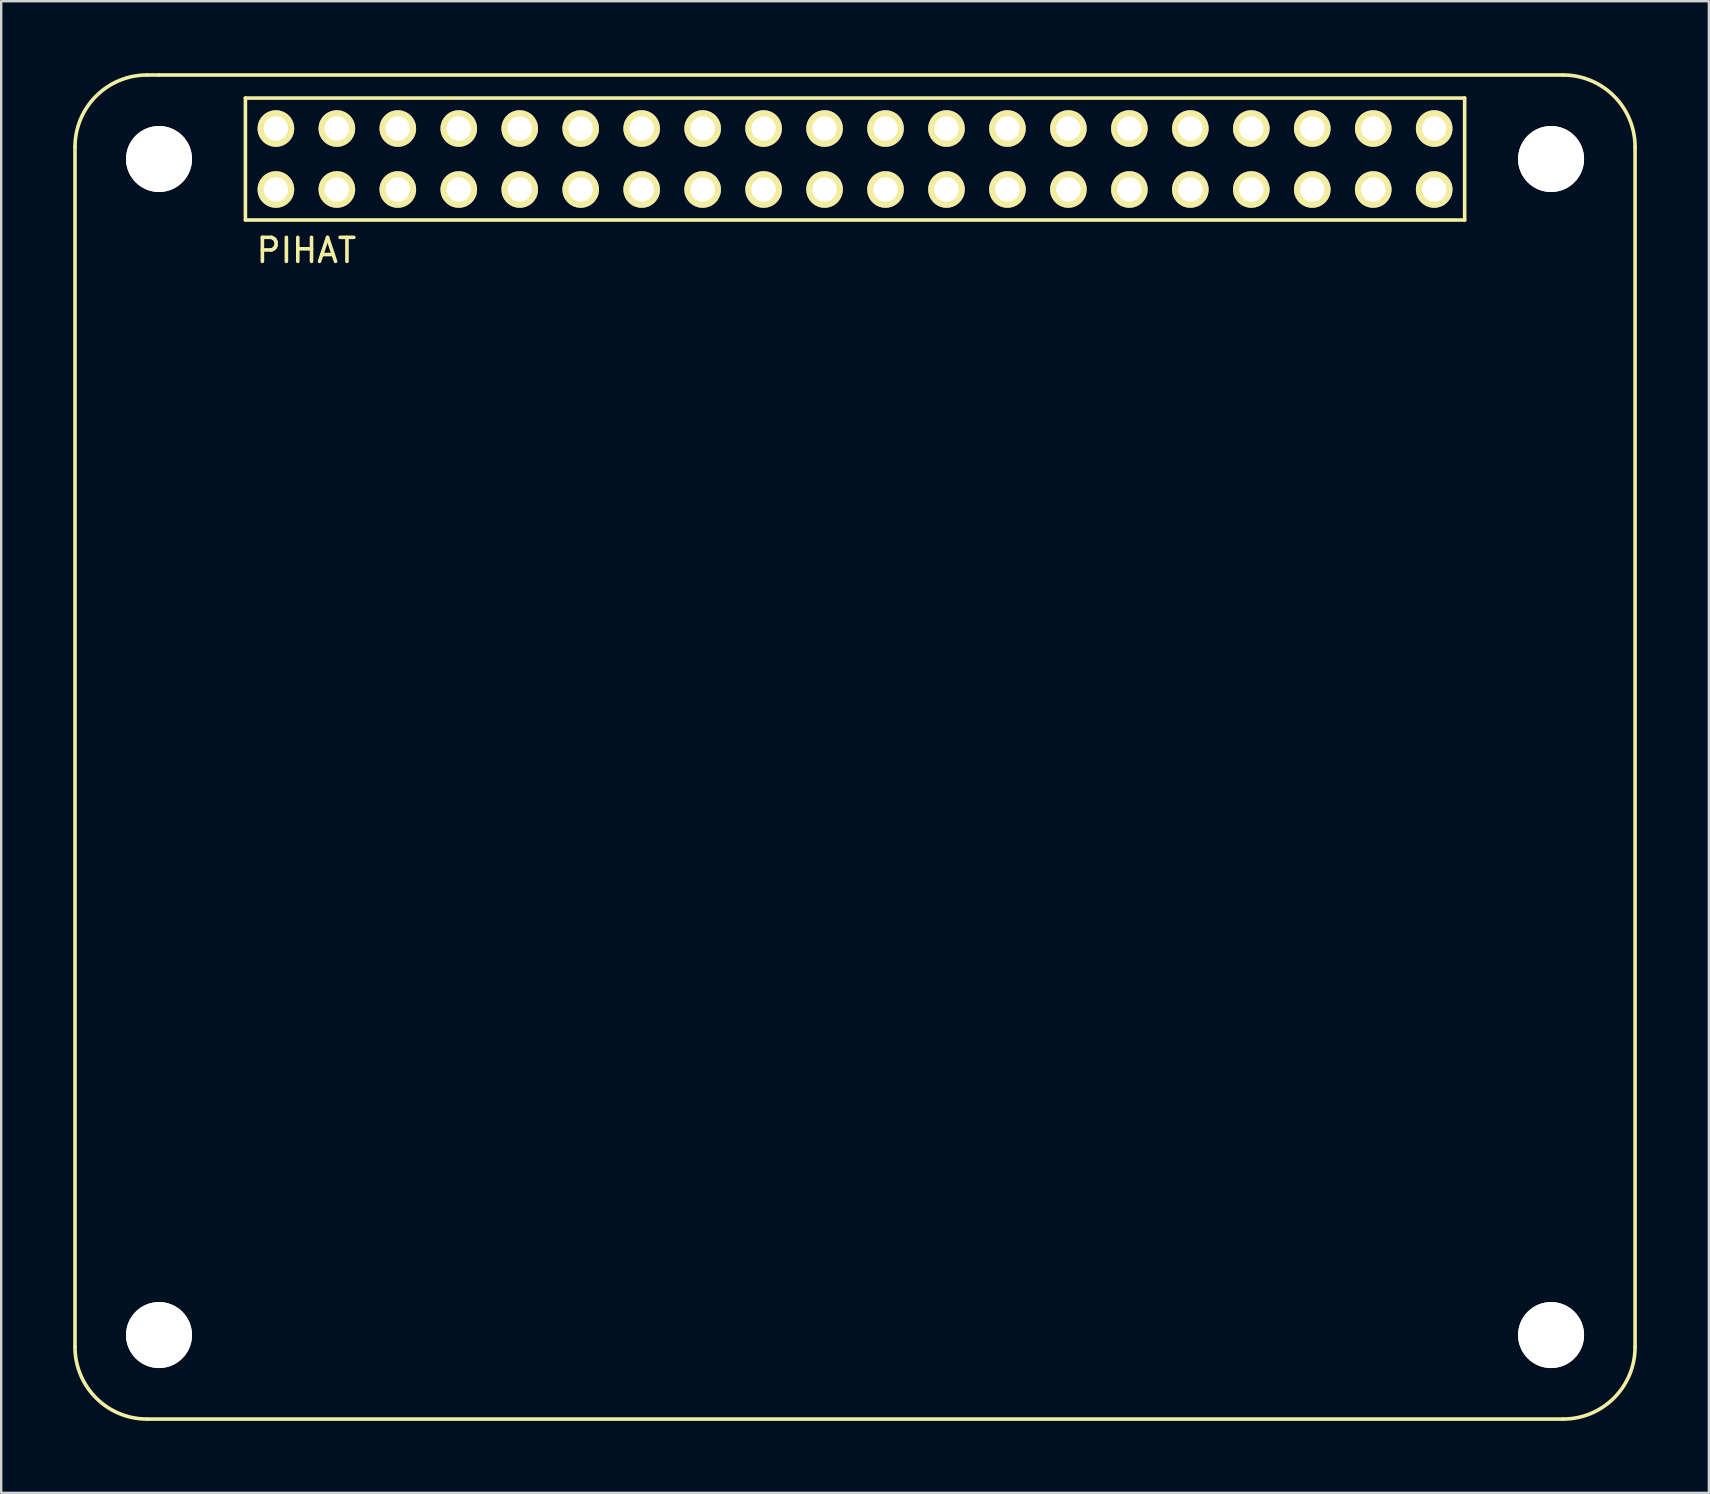
<source format=kicad_pcb>
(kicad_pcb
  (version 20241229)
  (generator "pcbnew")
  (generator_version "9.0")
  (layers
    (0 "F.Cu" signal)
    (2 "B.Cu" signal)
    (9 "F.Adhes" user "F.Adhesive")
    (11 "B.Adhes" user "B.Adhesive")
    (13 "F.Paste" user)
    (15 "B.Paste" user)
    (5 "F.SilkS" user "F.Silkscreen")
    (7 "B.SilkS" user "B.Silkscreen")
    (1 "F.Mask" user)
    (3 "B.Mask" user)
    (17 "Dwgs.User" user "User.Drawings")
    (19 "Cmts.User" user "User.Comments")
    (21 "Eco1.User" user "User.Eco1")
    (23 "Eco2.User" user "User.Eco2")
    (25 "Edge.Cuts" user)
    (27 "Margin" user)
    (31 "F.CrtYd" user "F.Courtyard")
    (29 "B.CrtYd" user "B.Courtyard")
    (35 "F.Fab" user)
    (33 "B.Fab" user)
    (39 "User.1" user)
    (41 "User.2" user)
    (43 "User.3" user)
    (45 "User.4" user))
  (footprint "PIHAT"
    (layer "F.Cu")
    (at 32.575 3.575)
    (property "Reference" "PIHAT" (at -22.86 3.81 0) (layer "F.SilkS") (effects (font (size 1 1) (thickness 0.15))))
    (attr through_hole)
    (fp_line (start -32.5 -0.5) (end -32.5 49.5) (stroke (width 0.15) (type solid)) (layer "F.SilkS"))
    (fp_line (start -29 -3.5) (end -29.5 -3.5) (stroke (width 0.15) (type solid)) (layer "F.SilkS"))
    (fp_line (start -25.4 -2.54) (end -25.4 2.54) (stroke (width 0.15) (type solid)) (layer "F.SilkS"))
    (fp_line (start -25.4 2.54) (end 25.4 2.54) (stroke (width 0.15) (type solid)) (layer "F.SilkS"))
    (fp_line (start 25.4 -2.54) (end -25.4 -2.54) (stroke (width 0.15) (type solid)) (layer "F.SilkS"))
    (fp_line (start 25.4 2.54) (end 25.4 -2.54) (stroke (width 0.15) (type solid)) (layer "F.SilkS"))
    (fp_line (start 29.5 -3.5) (end -29 -3.5) (stroke (width 0.15) (type solid)) (layer "F.SilkS"))
    (fp_line (start 29.5 52.5) (end -29.5 52.5) (stroke (width 0.15) (type solid)) (layer "F.SilkS"))
    (fp_line (start 32.5 49.5) (end 32.5 -0.5) (stroke (width 0.15) (type solid)) (layer "F.SilkS"))
    (fp_arc (start -32.5 -0.5) (mid -31.62132 -2.62132) (end -29.5 -3.5) (stroke (width 0.15) (type solid)) (layer "F.SilkS"))
    (fp_arc (start -29.5 52.5) (mid -31.62132 51.62132) (end -32.5 49.5) (stroke (width 0.15) (type solid)) (layer "F.SilkS"))
    (fp_arc (start 29.5 -3.5) (mid 31.62132 -2.62132) (end 32.5 -0.5) (stroke (width 0.15) (type solid)) (layer "F.SilkS"))
    (fp_arc (start 32.5 49.5) (mid 31.62132 51.62132) (end 29.5 52.5) (stroke (width 0.15) (type solid)) (layer "F.SilkS"))
    (pad "" np_thru_hole circle (at -29 0) (size 2.75 2.75) (drill 2.75) (layers "*.Mask" "F.Cu" "F.SilkS"))
    (pad "" np_thru_hole circle (at -29 49) (size 2.75 2.75) (drill 2.75) (layers "*.Mask" "F.Cu" "F.SilkS"))
    (pad "" np_thru_hole circle (at 29 0) (size 2.75 2.75) (drill 2.75) (layers "*.Mask" "F.Cu" "F.SilkS"))
    (pad "" np_thru_hole circle (at 29 49) (size 2.75 2.75) (drill 2.75) (layers "*.Mask" "F.Cu" "F.SilkS"))
    (pad "1" thru_hole circle (at -24.13 1.27) (size 1.524 1.524) (drill 1.016) (layers "*.Cu" "*.Mask" "F.SilkS"))
    (pad "2" thru_hole circle (at -24.13 -1.27) (size 1.524 1.524) (drill 1.016) (layers "*.Cu" "*.Mask" "F.SilkS"))
    (pad "3" thru_hole circle (at -21.59 1.27) (size 1.524 1.524) (drill 1.016) (layers "*.Cu" "*.Mask" "F.SilkS"))
    (pad "4" thru_hole circle (at -21.59 -1.27) (size 1.524 1.524) (drill 1.016) (layers "*.Cu" "*.Mask" "F.SilkS"))
    (pad "5" thru_hole circle (at -19.05 1.27) (size 1.524 1.524) (drill 1.016) (layers "*.Cu" "*.Mask" "F.SilkS"))
    (pad "6" thru_hole circle (at -19.05 -1.27) (size 1.524 1.524) (drill 1.016) (layers "*.Cu" "*.Mask" "F.SilkS"))
    (pad "7" thru_hole circle (at -16.51 1.27) (size 1.524 1.524) (drill 1.016) (layers "*.Cu" "*.Mask" "F.SilkS"))
    (pad "8" thru_hole circle (at -16.51 -1.27) (size 1.524 1.524) (drill 1.016) (layers "*.Cu" "*.Mask" "F.SilkS"))
    (pad "9" thru_hole circle (at -13.97 1.27) (size 1.524 1.524) (drill 1.016) (layers "*.Cu" "*.Mask" "F.SilkS"))
    (pad "10" thru_hole circle (at -13.97 -1.27) (size 1.524 1.524) (drill 1.016) (layers "*.Cu" "*.Mask" "F.SilkS"))
    (pad "11" thru_hole circle (at -11.43 1.27) (size 1.524 1.524) (drill 1.016) (layers "*.Cu" "*.Mask" "F.SilkS"))
    (pad "12" thru_hole circle (at -11.43 -1.27) (size 1.524 1.524) (drill 1.016) (layers "*.Cu" "*.Mask" "F.SilkS"))
    (pad "13" thru_hole circle (at -8.89 1.27) (size 1.524 1.524) (drill 1.016) (layers "*.Cu" "*.Mask" "F.SilkS"))
    (pad "14" thru_hole circle (at -8.89 -1.27) (size 1.524 1.524) (drill 1.016) (layers "*.Cu" "*.Mask" "F.SilkS"))
    (pad "15" thru_hole circle (at -6.35 1.27) (size 1.524 1.524) (drill 1.016) (layers "*.Cu" "*.Mask" "F.SilkS"))
    (pad "16" thru_hole circle (at -6.35 -1.27) (size 1.524 1.524) (drill 1.016) (layers "*.Cu" "*.Mask" "F.SilkS"))
    (pad "17" thru_hole circle (at -3.81 1.27) (size 1.524 1.524) (drill 1.016) (layers "*.Cu" "*.Mask" "F.SilkS"))
    (pad "18" thru_hole circle (at -3.81 -1.27) (size 1.524 1.524) (drill 1.016) (layers "*.Cu" "*.Mask" "F.SilkS"))
    (pad "19" thru_hole circle (at -1.27 1.27) (size 1.524 1.524) (drill 1.016) (layers "*.Cu" "*.Mask" "F.SilkS"))
    (pad "20" thru_hole circle (at -1.27 -1.27) (size 1.524 1.524) (drill 1.016) (layers "*.Cu" "*.Mask" "F.SilkS"))
    (pad "21" thru_hole circle (at 1.27 1.27) (size 1.524 1.524) (drill 1.016) (layers "*.Cu" "*.Mask" "F.SilkS"))
    (pad "22" thru_hole circle (at 1.27 -1.27) (size 1.524 1.524) (drill 1.016) (layers "*.Cu" "*.Mask" "F.SilkS"))
    (pad "23" thru_hole circle (at 3.81 1.27) (size 1.524 1.524) (drill 1.016) (layers "*.Cu" "*.Mask" "F.SilkS"))
    (pad "24" thru_hole circle (at 3.81 -1.27) (size 1.524 1.524) (drill 1.016) (layers "*.Cu" "*.Mask" "F.SilkS"))
    (pad "25" thru_hole circle (at 6.35 1.27) (size 1.524 1.524) (drill 1.016) (layers "*.Cu" "*.Mask" "F.SilkS"))
    (pad "26" thru_hole circle (at 6.35 -1.27) (size 1.524 1.524) (drill 1.016) (layers "*.Cu" "*.Mask" "F.SilkS"))
    (pad "27" thru_hole circle (at 8.89 1.27) (size 1.524 1.524) (drill 1.016) (layers "*.Cu" "*.Mask" "F.SilkS"))
    (pad "28" thru_hole circle (at 8.89 -1.27) (size 1.524 1.524) (drill 1.016) (layers "*.Cu" "*.Mask" "F.SilkS"))
    (pad "29" thru_hole circle (at 11.43 1.27) (size 1.524 1.524) (drill 1.016) (layers "*.Cu" "*.Mask" "F.SilkS"))
    (pad "30" thru_hole circle (at 11.43 -1.27) (size 1.524 1.524) (drill 1.016) (layers "*.Cu" "*.Mask" "F.SilkS"))
    (pad "31" thru_hole circle (at 13.97 1.27) (size 1.524 1.524) (drill 1.016) (layers "*.Cu" "*.Mask" "F.SilkS"))
    (pad "32" thru_hole circle (at 13.97 -1.27) (size 1.524 1.524) (drill 1.016) (layers "*.Cu" "*.Mask" "F.SilkS"))
    (pad "33" thru_hole circle (at 16.51 1.27) (size 1.524 1.524) (drill 1.016) (layers "*.Cu" "*.Mask" "F.SilkS"))
    (pad "34" thru_hole circle (at 16.51 -1.27) (size 1.524 1.524) (drill 1.016) (layers "*.Cu" "*.Mask" "F.SilkS"))
    (pad "35" thru_hole circle (at 19.05 1.27) (size 1.524 1.524) (drill 1.016) (layers "*.Cu" "*.Mask" "F.SilkS"))
    (pad "36" thru_hole circle (at 19.05 -1.27) (size 1.524 1.524) (drill 1.016) (layers "*.Cu" "*.Mask" "F.SilkS"))
    (pad "37" thru_hole circle (at 21.59 1.27) (size 1.524 1.524) (drill 1.016) (layers "*.Cu" "*.Mask" "F.SilkS"))
    (pad "38" thru_hole circle (at 21.59 -1.27) (size 1.524 1.524) (drill 1.016) (layers "*.Cu" "*.Mask" "F.SilkS"))
    (pad "39" thru_hole circle (at 24.13 1.27) (size 1.524 1.524) (drill 1.016) (layers "*.Cu" "*.Mask" "F.SilkS"))
    (pad "40" thru_hole circle (at 24.13 -1.27) (size 1.524 1.524) (drill 1.016) (layers "*.Cu" "*.Mask" "F.SilkS")))
  (gr_rect
    (start -3 -3)
    (end 68.15 59.15)
    (stroke (width 0.1) (type default))
    (fill no)
    (layer "Edge.Cuts")))
</source>
